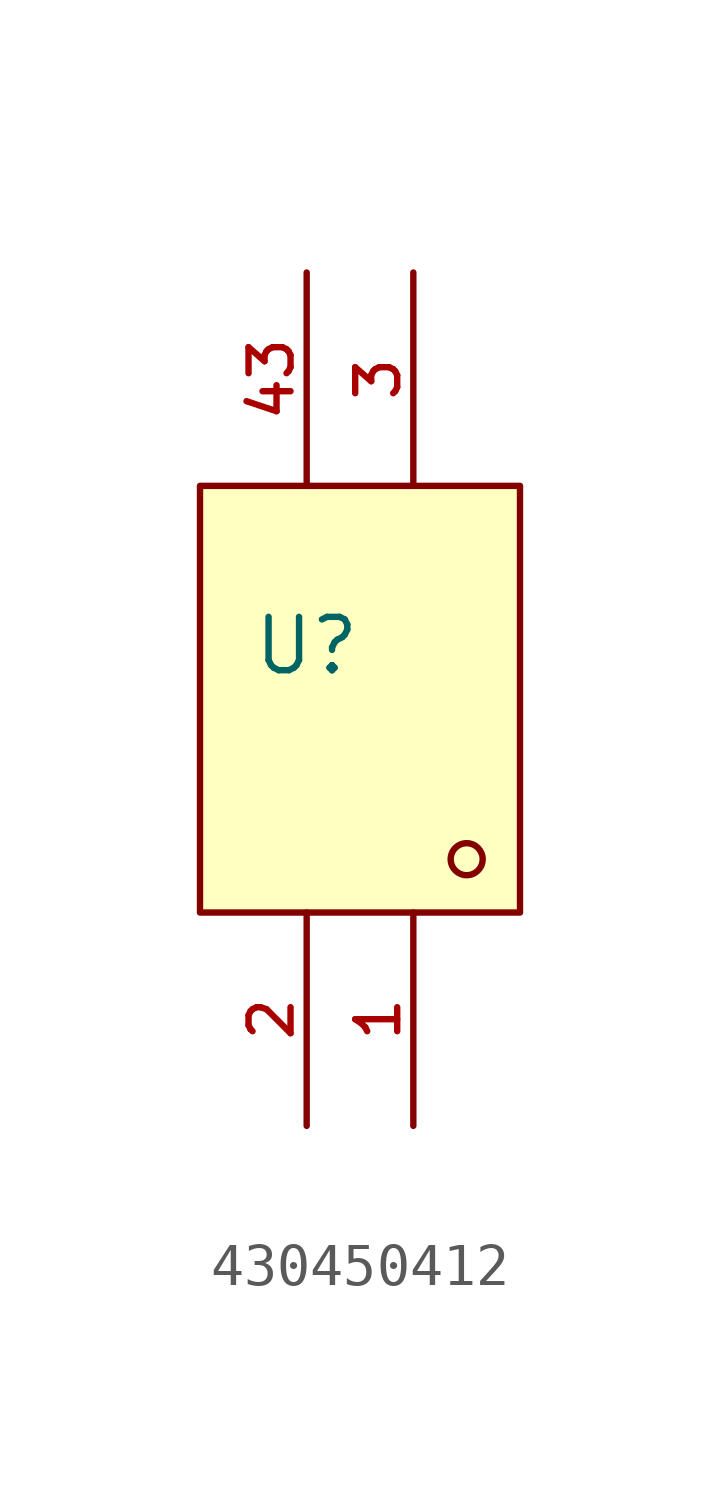
<source format=kicad_sym>
(kicad_symbol_lib
  (version 20210201)
  (generator TousstNicolas/JLC2KiCad_lib)
  (symbol "430450412"
    (pin_names hide)
    (property "Reference" "U"
      (at 0 1.27 0)
      (effects (font (size 1.27 1.27))))
    (symbol "430450412_0_1"
      (rectangle (start -2.54 5.08) (end 5.08 -5.08) (stroke (width 0) (type default) (color 0 0 0 0)) (fill (type background)))
      (circle (center 3.81 -3.81) (radius 0.381) (stroke (width 0) (type default) (color 0 0 0 0)) (fill (type background)))
      (pin unspecified line (at 2.54 -10.16 90) (length 5.08) (name "1" (effects (font (size 1 1)))) (number "1" (effects (font (size 1 1)))))
      (pin unspecified line (at 0.0 -10.16 90) (length 5.08) (name "2" (effects (font (size 1 1)))) (number "2" (effects (font (size 1 1)))))
      (pin unspecified line (at 2.54 10.16 270) (length 5.08) (name "3" (effects (font (size 1 1)))) (number "3" (effects (font (size 1 1)))))
      (pin unspecified line (at 0.0 10.16 270) (length 5.08) (name "4" (effects (font (size 1 1)))) (number "43" (effects (font (size 1 1))))))))
</source>
